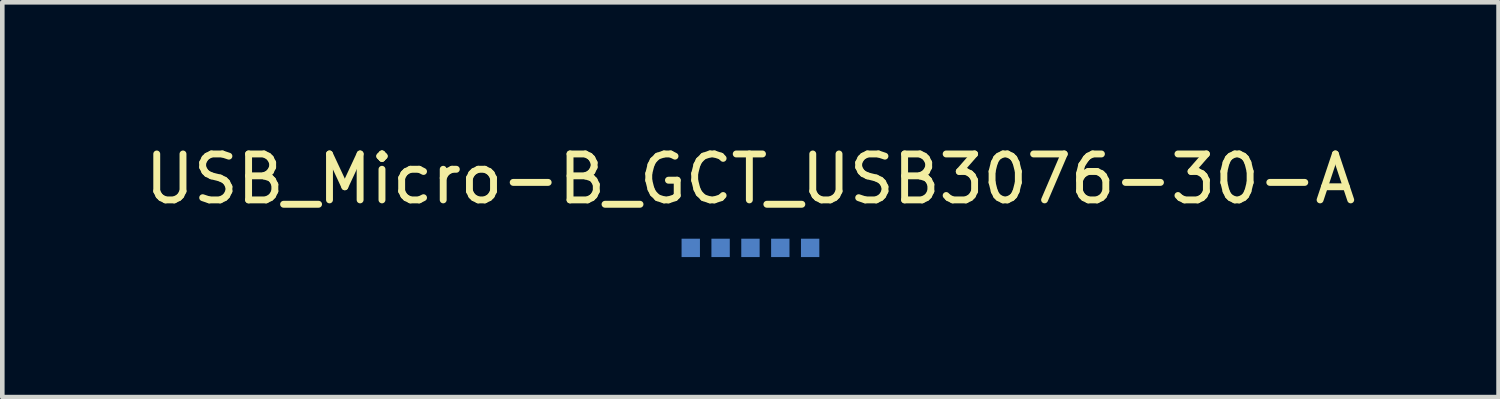
<source format=kicad_pcb>
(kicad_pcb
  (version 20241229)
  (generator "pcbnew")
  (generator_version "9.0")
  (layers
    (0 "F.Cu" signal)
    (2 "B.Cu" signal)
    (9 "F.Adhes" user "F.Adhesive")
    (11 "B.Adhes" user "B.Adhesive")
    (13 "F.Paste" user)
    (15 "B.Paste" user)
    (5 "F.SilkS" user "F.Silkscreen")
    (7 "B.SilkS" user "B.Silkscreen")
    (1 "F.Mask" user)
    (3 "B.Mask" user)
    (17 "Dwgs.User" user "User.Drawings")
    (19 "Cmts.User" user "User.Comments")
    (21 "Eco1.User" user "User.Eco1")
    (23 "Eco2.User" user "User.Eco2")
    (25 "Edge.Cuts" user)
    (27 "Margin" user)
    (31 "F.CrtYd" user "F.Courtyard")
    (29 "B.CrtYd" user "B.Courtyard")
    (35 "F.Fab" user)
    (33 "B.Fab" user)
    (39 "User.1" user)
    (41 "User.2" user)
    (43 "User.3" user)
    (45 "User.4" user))
  (footprint "USB_Micro-B_GCT_USB3076-30-A"
    (layer "F.Cu")
    (at 13.292 2.348)
    (property "Reference" "USB_Micro-B_GCT_USB3076-30-A" (at 0 -1.5 0) (layer "F.SilkS") (effects (font (size 1 1) (thickness 0.15))))
    (attr smd)
    (pad "1" smd rect (at 1.3 0) (size 0.4 0.4) (layers "B.Cu" "B.Mask" "B.Paste"))
    (pad "2" smd rect (at 0.65 0) (size 0.4 0.4) (layers "B.Cu" "B.Mask" "B.Paste"))
    (pad "3" smd rect (at 0 0) (size 0.4 0.4) (layers "B.Cu" "B.Mask" "B.Paste"))
    (pad "4" smd rect (at -0.65 0) (size 0.4 0.4) (layers "B.Cu" "B.Mask" "B.Paste"))
    (pad "5" smd rect (at -1.3 0) (size 0.4 0.4) (layers "B.Cu" "B.Mask" "B.Paste")))
  (gr_rect
    (start -3 -3)
    (end 29.583 5.598)
    (stroke (width 0.1) (type default))
    (fill no)
    (layer "Edge.Cuts")))
</source>
